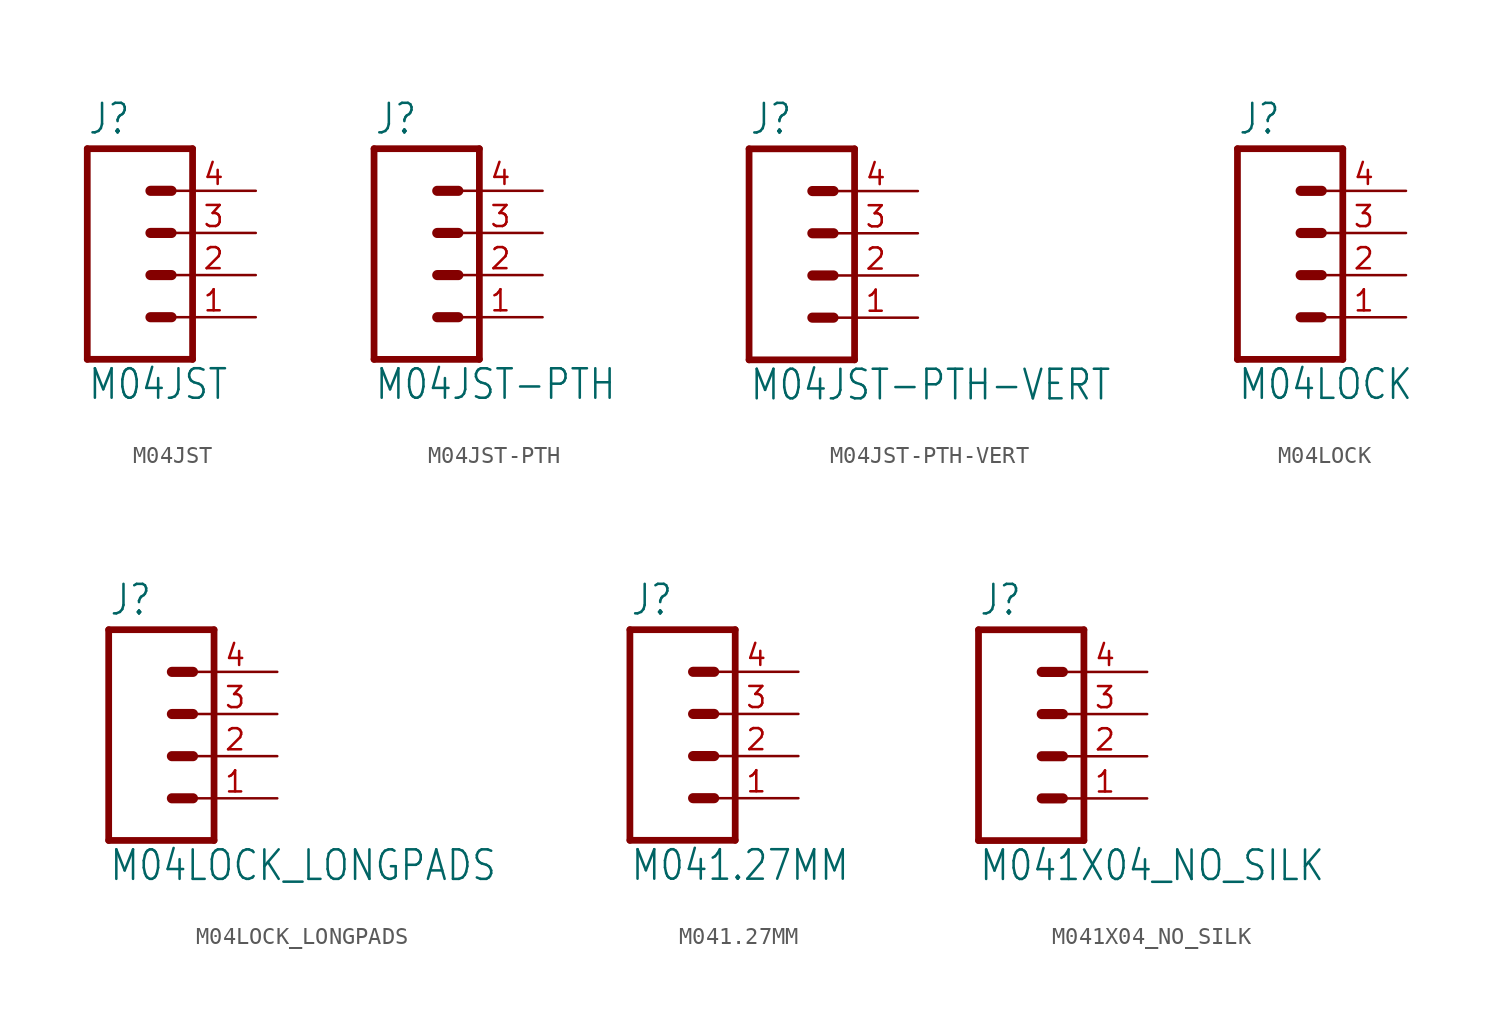
<source format=kicad_sym>
(kicad_symbol_lib
  (version 20220914)
  (generator kicad_symbol_editor)
  (symbol "M04JST"
    (property "Reference" "J"
      (at -5.08 8.382 0)
      (effects (font (size 1.778 1.511)) (justify left bottom)))
    (property "Value" "M04JST"
      (at -5.08 -7.62 0)
      (effects (font (size 1.778 1.511)) (justify left bottom)))
    (property "ki_locked" ""
      (at 0 0 0)
      (effects (font (size 1.27 1.27))))
    (symbol "M04JST_1_0"
      (polyline (pts (xy -5.08 7.62) (xy -5.08 -5.08)) (stroke (width 0.406) (type default)) (fill (type none)))
      (polyline (pts (xy -5.08 7.62) (xy 1.27 7.62)) (stroke (width 0.406) (type default)) (fill (type none)))
      (polyline (pts (xy -1.27 -2.54) (xy 0 -2.54)) (stroke (width 0.61) (type default)) (fill (type none)))
      (polyline (pts (xy -1.27 0) (xy 0 0)) (stroke (width 0.61) (type default)) (fill (type none)))
      (polyline (pts (xy -1.27 2.54) (xy 0 2.54)) (stroke (width 0.61) (type default)) (fill (type none)))
      (polyline (pts (xy -1.27 5.08) (xy 0 5.08)) (stroke (width 0.61) (type default)) (fill (type none)))
      (polyline (pts (xy 1.27 -5.08) (xy -5.08 -5.08)) (stroke (width 0.406) (type default)) (fill (type none)))
      (polyline (pts (xy 1.27 -5.08) (xy 1.27 7.62)) (stroke (width 0.406) (type default)) (fill (type none)))
      (pin passive line (at 5.08 -2.54 180) (length 5.08) (name "1" (effects (font (size 0 0)))) (number "1" (effects (font (size 1.27 1.27)))))
      (pin passive line (at 5.08 0 180) (length 5.08) (name "2" (effects (font (size 0 0)))) (number "2" (effects (font (size 1.27 1.27)))))
      (pin passive line (at 5.08 2.54 180) (length 5.08) (name "3" (effects (font (size 0 0)))) (number "3" (effects (font (size 1.27 1.27)))))
      (pin passive line (at 5.08 5.08 180) (length 5.08) (name "4" (effects (font (size 0 0)))) (number "4" (effects (font (size 1.27 1.27)))))))
  (symbol "M04JST-PTH"
    (property "Reference" "J"
      (at -5.08 8.382 0)
      (effects (font (size 1.778 1.511)) (justify left bottom)))
    (property "Value" "M04JST-PTH"
      (at -5.08 -7.62 0)
      (effects (font (size 1.778 1.511)) (justify left bottom)))
    (property "ki_locked" ""
      (at 0 0 0)
      (effects (font (size 1.27 1.27))))
    (symbol "M04JST-PTH_1_0"
      (polyline (pts (xy -5.08 7.62) (xy -5.08 -5.08)) (stroke (width 0.406) (type default)) (fill (type none)))
      (polyline (pts (xy -5.08 7.62) (xy 1.27 7.62)) (stroke (width 0.406) (type default)) (fill (type none)))
      (polyline (pts (xy -1.27 -2.54) (xy 0 -2.54)) (stroke (width 0.61) (type default)) (fill (type none)))
      (polyline (pts (xy -1.27 0) (xy 0 0)) (stroke (width 0.61) (type default)) (fill (type none)))
      (polyline (pts (xy -1.27 2.54) (xy 0 2.54)) (stroke (width 0.61) (type default)) (fill (type none)))
      (polyline (pts (xy -1.27 5.08) (xy 0 5.08)) (stroke (width 0.61) (type default)) (fill (type none)))
      (polyline (pts (xy 1.27 -5.08) (xy -5.08 -5.08)) (stroke (width 0.406) (type default)) (fill (type none)))
      (polyline (pts (xy 1.27 -5.08) (xy 1.27 7.62)) (stroke (width 0.406) (type default)) (fill (type none)))
      (pin passive line (at 5.08 -2.54 180) (length 5.08) (name "1" (effects (font (size 0 0)))) (number "1" (effects (font (size 1.27 1.27)))))
      (pin passive line (at 5.08 0 180) (length 5.08) (name "2" (effects (font (size 0 0)))) (number "2" (effects (font (size 1.27 1.27)))))
      (pin passive line (at 5.08 2.54 180) (length 5.08) (name "3" (effects (font (size 0 0)))) (number "3" (effects (font (size 1.27 1.27)))))
      (pin passive line (at 5.08 5.08 180) (length 5.08) (name "4" (effects (font (size 0 0)))) (number "4" (effects (font (size 1.27 1.27)))))))
  (symbol "M04JST-PTH-VERT"
    (property "Reference" "J"
      (at -5.08 8.382 0)
      (effects (font (size 1.778 1.511)) (justify left bottom)))
    (property "Value" "M04JST-PTH-VERT"
      (at -5.08 -7.62 0)
      (effects (font (size 1.778 1.511)) (justify left bottom)))
    (property "ki_locked" ""
      (at 0 0 0)
      (effects (font (size 1.27 1.27))))
    (symbol "M04JST-PTH-VERT_1_0"
      (polyline (pts (xy -5.08 7.62) (xy -5.08 -5.08)) (stroke (width 0.406) (type default)) (fill (type none)))
      (polyline (pts (xy -5.08 7.62) (xy 1.27 7.62)) (stroke (width 0.406) (type default)) (fill (type none)))
      (polyline (pts (xy -1.27 -2.54) (xy 0 -2.54)) (stroke (width 0.61) (type default)) (fill (type none)))
      (polyline (pts (xy -1.27 0) (xy 0 0)) (stroke (width 0.61) (type default)) (fill (type none)))
      (polyline (pts (xy -1.27 2.54) (xy 0 2.54)) (stroke (width 0.61) (type default)) (fill (type none)))
      (polyline (pts (xy -1.27 5.08) (xy 0 5.08)) (stroke (width 0.61) (type default)) (fill (type none)))
      (polyline (pts (xy 1.27 -5.08) (xy -5.08 -5.08)) (stroke (width 0.406) (type default)) (fill (type none)))
      (polyline (pts (xy 1.27 -5.08) (xy 1.27 7.62)) (stroke (width 0.406) (type default)) (fill (type none)))
      (pin passive line (at 5.08 -2.54 180) (length 5.08) (name "1" (effects (font (size 0 0)))) (number "1" (effects (font (size 1.27 1.27)))))
      (pin passive line (at 5.08 0 180) (length 5.08) (name "2" (effects (font (size 0 0)))) (number "2" (effects (font (size 1.27 1.27)))))
      (pin passive line (at 5.08 2.54 180) (length 5.08) (name "3" (effects (font (size 0 0)))) (number "3" (effects (font (size 1.27 1.27)))))
      (pin passive line (at 5.08 5.08 180) (length 5.08) (name "4" (effects (font (size 0 0)))) (number "4" (effects (font (size 1.27 1.27)))))))
  (symbol "M04LOCK"
    (property "Reference" "J"
      (at -5.08 8.382 0)
      (effects (font (size 1.778 1.511)) (justify left bottom)))
    (property "Value" "M04LOCK"
      (at -5.08 -7.62 0)
      (effects (font (size 1.778 1.511)) (justify left bottom)))
    (property "ki_locked" ""
      (at 0 0 0)
      (effects (font (size 1.27 1.27))))
    (symbol "M04LOCK_1_0"
      (polyline (pts (xy -5.08 7.62) (xy -5.08 -5.08)) (stroke (width 0.406) (type default)) (fill (type none)))
      (polyline (pts (xy -5.08 7.62) (xy 1.27 7.62)) (stroke (width 0.406) (type default)) (fill (type none)))
      (polyline (pts (xy -1.27 -2.54) (xy 0 -2.54)) (stroke (width 0.61) (type default)) (fill (type none)))
      (polyline (pts (xy -1.27 0) (xy 0 0)) (stroke (width 0.61) (type default)) (fill (type none)))
      (polyline (pts (xy -1.27 2.54) (xy 0 2.54)) (stroke (width 0.61) (type default)) (fill (type none)))
      (polyline (pts (xy -1.27 5.08) (xy 0 5.08)) (stroke (width 0.61) (type default)) (fill (type none)))
      (polyline (pts (xy 1.27 -5.08) (xy -5.08 -5.08)) (stroke (width 0.406) (type default)) (fill (type none)))
      (polyline (pts (xy 1.27 -5.08) (xy 1.27 7.62)) (stroke (width 0.406) (type default)) (fill (type none)))
      (pin passive line (at 5.08 -2.54 180) (length 5.08) (name "1" (effects (font (size 0 0)))) (number "1" (effects (font (size 1.27 1.27)))))
      (pin passive line (at 5.08 0 180) (length 5.08) (name "2" (effects (font (size 0 0)))) (number "2" (effects (font (size 1.27 1.27)))))
      (pin passive line (at 5.08 2.54 180) (length 5.08) (name "3" (effects (font (size 0 0)))) (number "3" (effects (font (size 1.27 1.27)))))
      (pin passive line (at 5.08 5.08 180) (length 5.08) (name "4" (effects (font (size 0 0)))) (number "4" (effects (font (size 1.27 1.27)))))))
  (symbol "M04LOCK_LONGPADS"
    (property "Reference" "J"
      (at -5.08 8.382 0)
      (effects (font (size 1.778 1.511)) (justify left bottom)))
    (property "Value" "M04LOCK_LONGPADS"
      (at -5.08 -7.62 0)
      (effects (font (size 1.778 1.511)) (justify left bottom)))
    (property "ki_locked" ""
      (at 0 0 0)
      (effects (font (size 1.27 1.27))))
    (symbol "M04LOCK_LONGPADS_1_0"
      (polyline (pts (xy -5.08 7.62) (xy -5.08 -5.08)) (stroke (width 0.406) (type default)) (fill (type none)))
      (polyline (pts (xy -5.08 7.62) (xy 1.27 7.62)) (stroke (width 0.406) (type default)) (fill (type none)))
      (polyline (pts (xy -1.27 -2.54) (xy 0 -2.54)) (stroke (width 0.61) (type default)) (fill (type none)))
      (polyline (pts (xy -1.27 0) (xy 0 0)) (stroke (width 0.61) (type default)) (fill (type none)))
      (polyline (pts (xy -1.27 2.54) (xy 0 2.54)) (stroke (width 0.61) (type default)) (fill (type none)))
      (polyline (pts (xy -1.27 5.08) (xy 0 5.08)) (stroke (width 0.61) (type default)) (fill (type none)))
      (polyline (pts (xy 1.27 -5.08) (xy -5.08 -5.08)) (stroke (width 0.406) (type default)) (fill (type none)))
      (polyline (pts (xy 1.27 -5.08) (xy 1.27 7.62)) (stroke (width 0.406) (type default)) (fill (type none)))
      (pin passive line (at 5.08 -2.54 180) (length 5.08) (name "1" (effects (font (size 0 0)))) (number "1" (effects (font (size 1.27 1.27)))))
      (pin passive line (at 5.08 0 180) (length 5.08) (name "2" (effects (font (size 0 0)))) (number "2" (effects (font (size 1.27 1.27)))))
      (pin passive line (at 5.08 2.54 180) (length 5.08) (name "3" (effects (font (size 0 0)))) (number "3" (effects (font (size 1.27 1.27)))))
      (pin passive line (at 5.08 5.08 180) (length 5.08) (name "4" (effects (font (size 0 0)))) (number "4" (effects (font (size 1.27 1.27)))))))
  (symbol "M041.27MM"
    (property "Reference" "J"
      (at -5.08 8.382 0)
      (effects (font (size 1.778 1.511)) (justify left bottom)))
    (property "Value" "M041.27MM"
      (at -5.08 -7.62 0)
      (effects (font (size 1.778 1.511)) (justify left bottom)))
    (property "ki_locked" ""
      (at 0 0 0)
      (effects (font (size 1.27 1.27))))
    (symbol "M041.27MM_1_0"
      (polyline (pts (xy -5.08 7.62) (xy -5.08 -5.08)) (stroke (width 0.406) (type default)) (fill (type none)))
      (polyline (pts (xy -5.08 7.62) (xy 1.27 7.62)) (stroke (width 0.406) (type default)) (fill (type none)))
      (polyline (pts (xy -1.27 -2.54) (xy 0 -2.54)) (stroke (width 0.61) (type default)) (fill (type none)))
      (polyline (pts (xy -1.27 0) (xy 0 0)) (stroke (width 0.61) (type default)) (fill (type none)))
      (polyline (pts (xy -1.27 2.54) (xy 0 2.54)) (stroke (width 0.61) (type default)) (fill (type none)))
      (polyline (pts (xy -1.27 5.08) (xy 0 5.08)) (stroke (width 0.61) (type default)) (fill (type none)))
      (polyline (pts (xy 1.27 -5.08) (xy -5.08 -5.08)) (stroke (width 0.406) (type default)) (fill (type none)))
      (polyline (pts (xy 1.27 -5.08) (xy 1.27 7.62)) (stroke (width 0.406) (type default)) (fill (type none)))
      (pin passive line (at 5.08 -2.54 180) (length 5.08) (name "1" (effects (font (size 0 0)))) (number "1" (effects (font (size 1.27 1.27)))))
      (pin passive line (at 5.08 0 180) (length 5.08) (name "2" (effects (font (size 0 0)))) (number "2" (effects (font (size 1.27 1.27)))))
      (pin passive line (at 5.08 2.54 180) (length 5.08) (name "3" (effects (font (size 0 0)))) (number "3" (effects (font (size 1.27 1.27)))))
      (pin passive line (at 5.08 5.08 180) (length 5.08) (name "4" (effects (font (size 0 0)))) (number "4" (effects (font (size 1.27 1.27)))))))
  (symbol "M041X04_NO_SILK"
    (property "Reference" "J"
      (at -5.08 8.382 0)
      (effects (font (size 1.778 1.511)) (justify left bottom)))
    (property "Value" "M041X04_NO_SILK"
      (at -5.08 -7.62 0)
      (effects (font (size 1.778 1.511)) (justify left bottom)))
    (property "ki_locked" ""
      (at 0 0 0)
      (effects (font (size 1.27 1.27))))
    (symbol "M041X04_NO_SILK_1_0"
      (polyline (pts (xy -5.08 7.62) (xy -5.08 -5.08)) (stroke (width 0.406) (type default)) (fill (type none)))
      (polyline (pts (xy -5.08 7.62) (xy 1.27 7.62)) (stroke (width 0.406) (type default)) (fill (type none)))
      (polyline (pts (xy -1.27 -2.54) (xy 0 -2.54)) (stroke (width 0.61) (type default)) (fill (type none)))
      (polyline (pts (xy -1.27 0) (xy 0 0)) (stroke (width 0.61) (type default)) (fill (type none)))
      (polyline (pts (xy -1.27 2.54) (xy 0 2.54)) (stroke (width 0.61) (type default)) (fill (type none)))
      (polyline (pts (xy -1.27 5.08) (xy 0 5.08)) (stroke (width 0.61) (type default)) (fill (type none)))
      (polyline (pts (xy 1.27 -5.08) (xy -5.08 -5.08)) (stroke (width 0.406) (type default)) (fill (type none)))
      (polyline (pts (xy 1.27 -5.08) (xy 1.27 7.62)) (stroke (width 0.406) (type default)) (fill (type none)))
      (pin passive line (at 5.08 -2.54 180) (length 5.08) (name "1" (effects (font (size 0 0)))) (number "1" (effects (font (size 1.27 1.27)))))
      (pin passive line (at 5.08 0 180) (length 5.08) (name "2" (effects (font (size 0 0)))) (number "2" (effects (font (size 1.27 1.27)))))
      (pin passive line (at 5.08 2.54 180) (length 5.08) (name "3" (effects (font (size 0 0)))) (number "3" (effects (font (size 1.27 1.27)))))
      (pin passive line (at 5.08 5.08 180) (length 5.08) (name "4" (effects (font (size 0 0)))) (number "4" (effects (font (size 1.27 1.27))))))))
</source>
